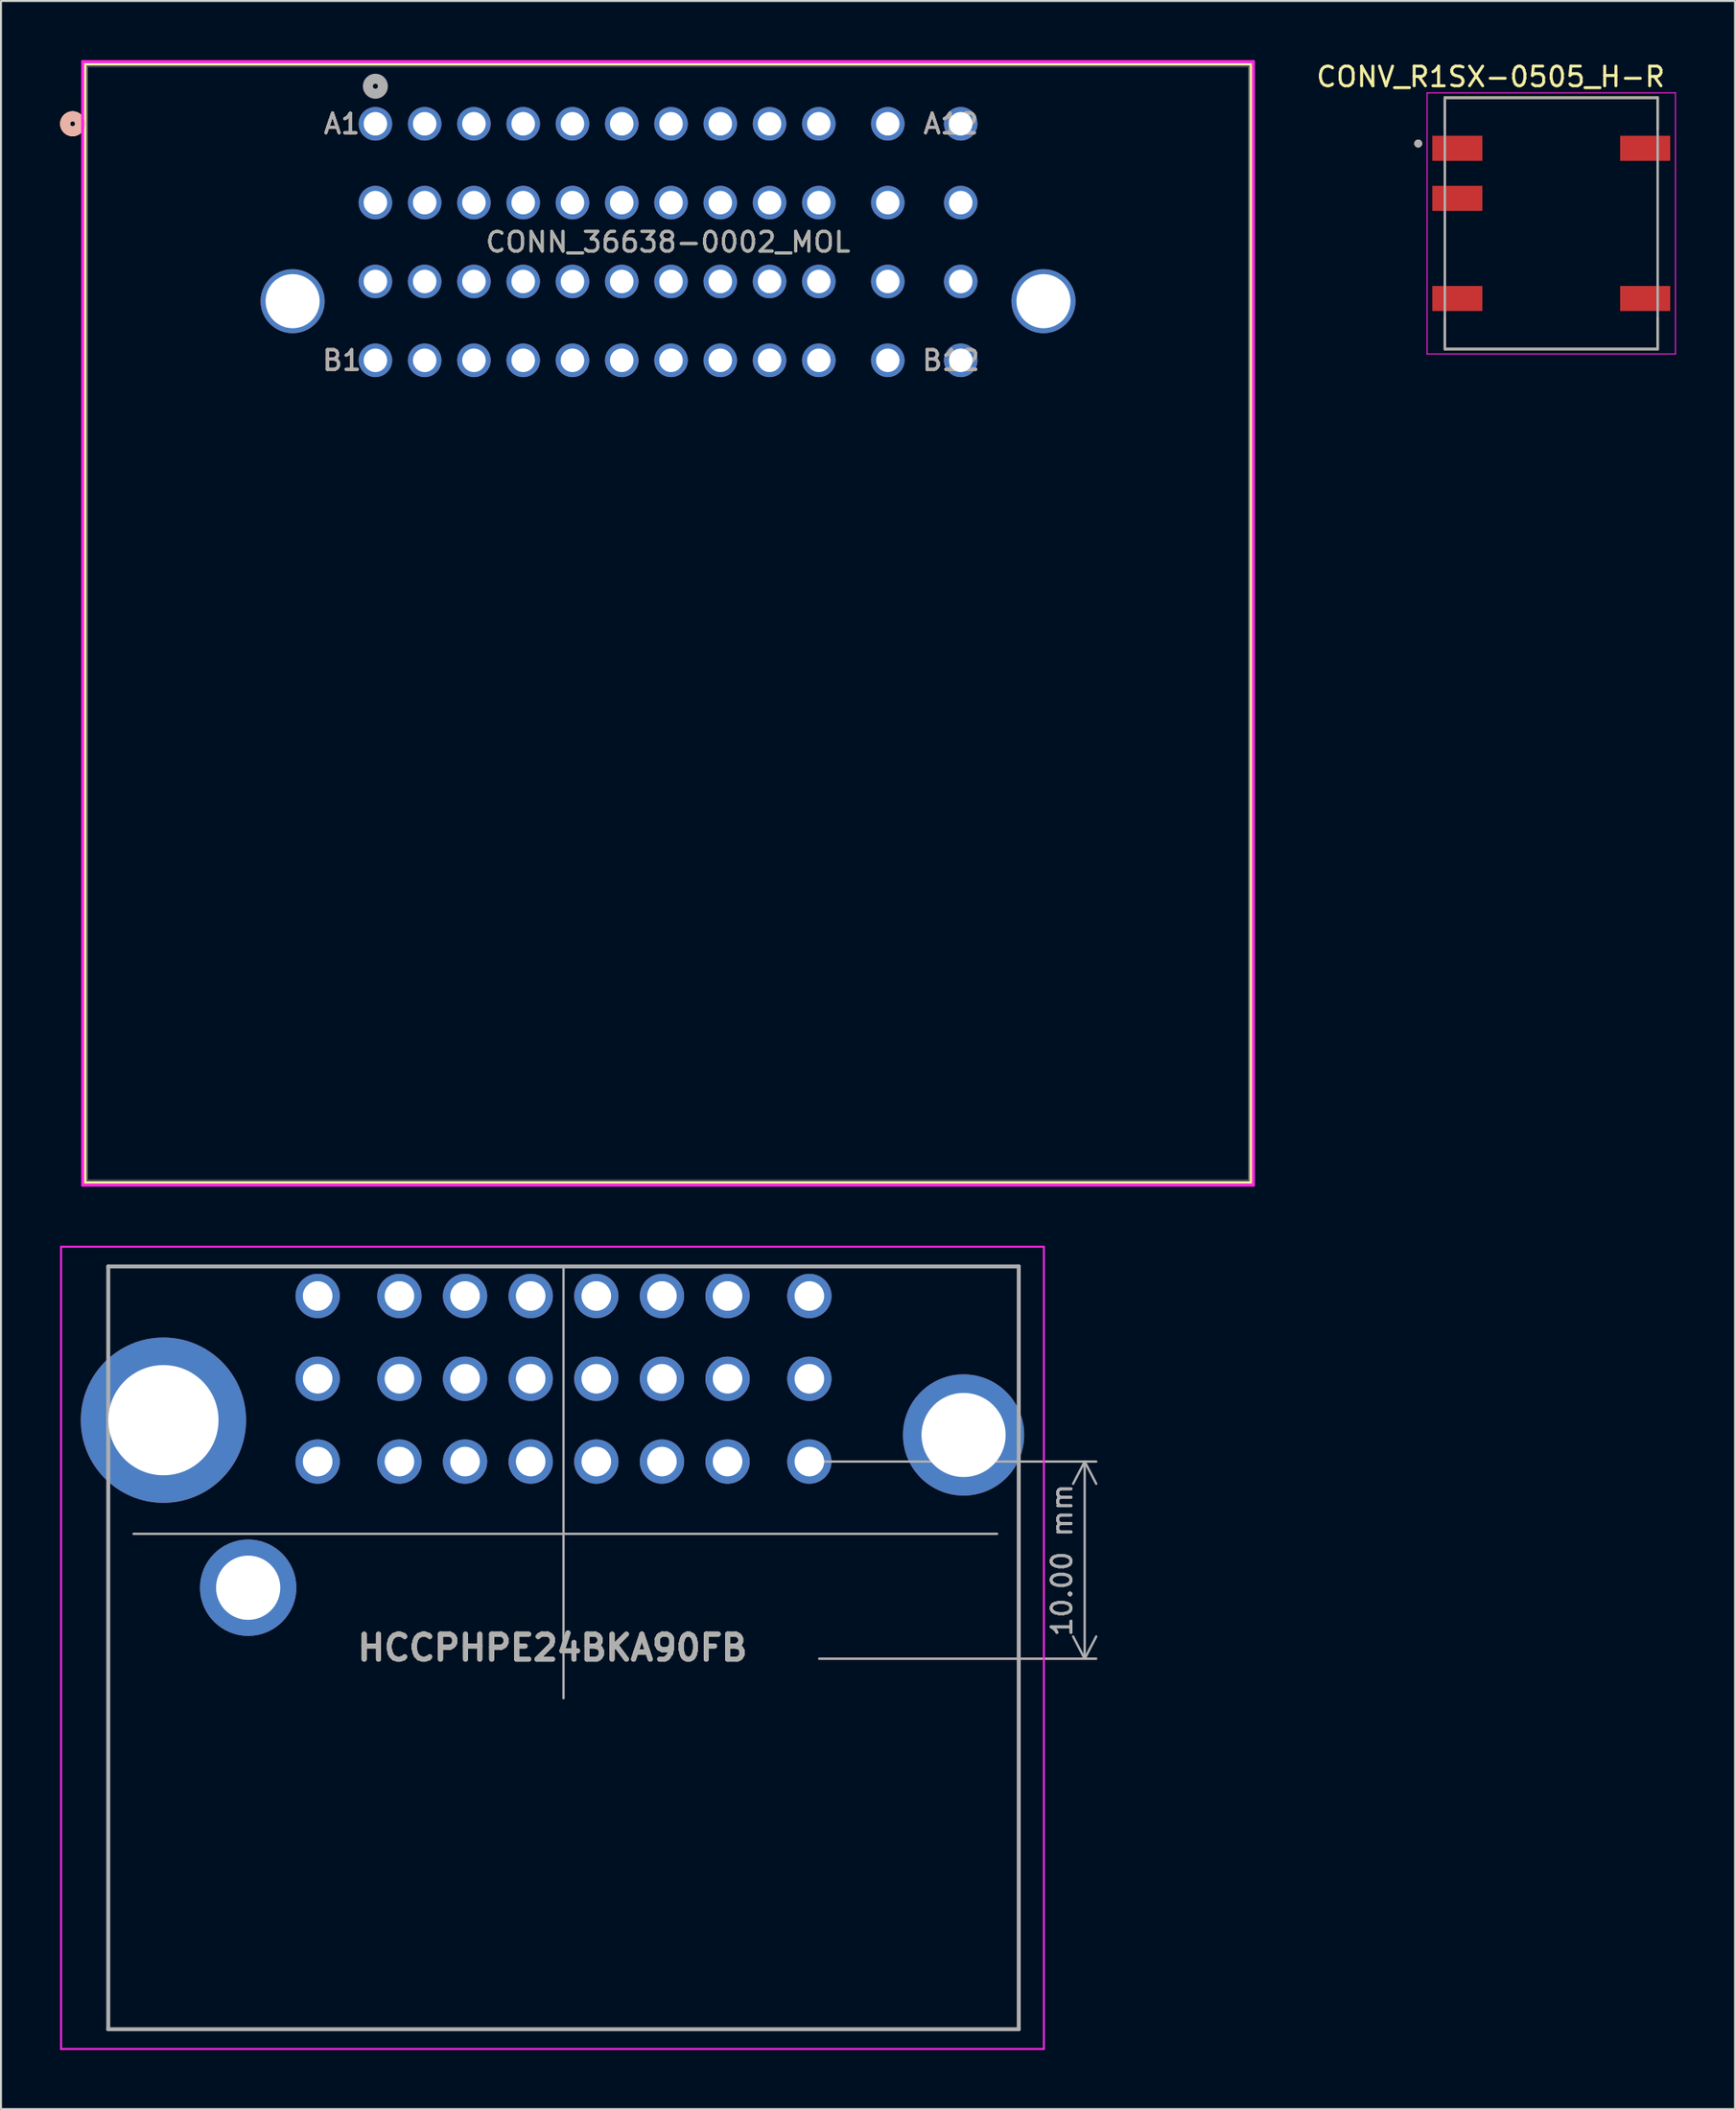
<source format=kicad_pcb>
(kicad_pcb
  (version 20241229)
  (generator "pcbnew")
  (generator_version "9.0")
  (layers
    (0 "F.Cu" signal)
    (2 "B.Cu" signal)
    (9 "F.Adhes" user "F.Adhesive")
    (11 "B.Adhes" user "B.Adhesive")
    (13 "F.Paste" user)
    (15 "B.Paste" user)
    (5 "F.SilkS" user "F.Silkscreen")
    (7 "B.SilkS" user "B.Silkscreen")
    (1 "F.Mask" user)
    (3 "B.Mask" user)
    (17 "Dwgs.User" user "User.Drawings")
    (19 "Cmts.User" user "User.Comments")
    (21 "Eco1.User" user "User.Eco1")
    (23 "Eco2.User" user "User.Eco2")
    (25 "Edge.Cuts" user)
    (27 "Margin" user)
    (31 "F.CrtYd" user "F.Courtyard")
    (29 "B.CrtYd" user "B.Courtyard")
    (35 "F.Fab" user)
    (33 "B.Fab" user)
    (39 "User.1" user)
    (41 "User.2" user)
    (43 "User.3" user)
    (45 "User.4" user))
  (footprint "CONV_R1SX-0505_H-R"
    (layer "F.Cu")
    (at 75.663 8.283)
    (property "Reference" "CONV_R1SX-0505_H-R" (at -3.075 -7.435 0) (layer "F.SilkS") (effects (font (size 1 1) (thickness 0.15))))
    (attr smd)
    (fp_line (start -5.4 -6.375) (end 5.4 -6.375) (stroke (width 0.127) (type solid)) (layer "F.SilkS"))
    (fp_line (start -5.4 -4.78) (end -5.4 -6.375) (stroke (width 0.127) (type solid)) (layer "F.SilkS"))
    (fp_line (start -5.4 4.78) (end -5.4 6.375) (stroke (width 0.127) (type solid)) (layer "F.SilkS"))
    (fp_line (start -5.4 6.375) (end 5.4 6.375) (stroke (width 0.127) (type solid)) (layer "F.SilkS"))
    (fp_line (start 5.4 -6.375) (end 5.4 -4.78) (stroke (width 0.127) (type solid)) (layer "F.SilkS"))
    (fp_line (start 5.4 6.375) (end 5.4 4.78) (stroke (width 0.127) (type solid)) (layer "F.SilkS"))
    (fp_circle (center -6.75 -4.05) (end -6.65 -4.05) (stroke (width 0.2) (type solid)) (fill no) (layer "F.SilkS"))
    (fp_line (start -6.3 -6.625) (end 6.3 -6.625) (stroke (width 0.05) (type solid)) (layer "F.CrtYd"))
    (fp_line (start -6.3 6.625) (end -6.3 -6.625) (stroke (width 0.05) (type solid)) (layer "F.CrtYd"))
    (fp_line (start 6.3 -6.625) (end 6.3 6.625) (stroke (width 0.05) (type solid)) (layer "F.CrtYd"))
    (fp_line (start 6.3 6.625) (end -6.3 6.625) (stroke (width 0.05) (type solid)) (layer "F.CrtYd"))
    (fp_line (start -5.4 -6.375) (end 5.4 -6.375) (stroke (width 0.127) (type solid)) (layer "F.Fab"))
    (fp_line (start -5.4 6.375) (end -5.4 -6.375) (stroke (width 0.127) (type solid)) (layer "F.Fab"))
    (fp_line (start 5.4 -6.375) (end 5.4 6.375) (stroke (width 0.127) (type solid)) (layer "F.Fab"))
    (fp_line (start 5.4 6.375) (end -5.4 6.375) (stroke (width 0.127) (type solid)) (layer "F.Fab"))
    (fp_circle (center -6.75 -4.05) (end -6.65 -4.05) (stroke (width 0.2) (type solid)) (fill no) (layer "F.Fab"))
    (pad "1" smd rect (at -4.765 -3.81) (size 2.54 1.27) (layers "F.Cu" "F.Mask" "F.Paste"))
    (pad "2" smd rect (at -4.765 -1.27) (size 2.54 1.27) (layers "F.Cu" "F.Mask" "F.Paste"))
    (pad "4" smd rect (at -4.765 3.81) (size 2.54 1.27) (layers "F.Cu" "F.Mask" "F.Paste"))
    (pad "5" smd rect (at 4.765 3.81) (size 2.54 1.27) (layers "F.Cu" "F.Mask" "F.Paste"))
    (pad "8" smd rect (at 4.765 -3.81) (size 2.54 1.27) (layers "F.Cu" "F.Mask" "F.Paste")))
  (footprint "HCCPHPE24BKA90FB"
    (layer "F.Cu")
    (at 38.018 62.7)
    (property "Reference" "HCCPHPE24BKA90FB" (at -13.034 17.85 0) (layer "F.SilkS") (effects (font (size 1.27 1.27) (thickness 0.254))))
    (attr through_hole)
    (fp_line (start -35.575 -1.5) (end -35.575 2) (stroke (width 0.1) (type solid)) (layer "F.SilkS"))
    (fp_line (start -35.575 11) (end -35.575 37) (stroke (width 0.1) (type solid)) (layer "F.SilkS"))
    (fp_line (start -35.575 37) (end -35.575 37.2) (stroke (width 0.1) (type solid)) (layer "F.SilkS"))
    (fp_line (start -35.575 37.2) (end 10.625 37.2) (stroke (width 0.1) (type solid)) (layer "F.SilkS"))
    (fp_line (start 10.625 -1.5) (end -35.575 -1.5) (stroke (width 0.1) (type solid)) (layer "F.SilkS"))
    (fp_line (start 10.625 4) (end 10.625 -1.5) (stroke (width 0.1) (type solid)) (layer "F.SilkS"))
    (fp_line (start 10.625 37.2) (end 10.625 11) (stroke (width 0.1) (type solid)) (layer "F.SilkS"))
    (fp_line (start -37.968 -2.5) (end 11.9 -2.5) (stroke (width 0.1) (type solid)) (layer "F.CrtYd"))
    (fp_line (start -37.968 38.2) (end -37.968 -2.5) (stroke (width 0.1) (type solid)) (layer "F.CrtYd"))
    (fp_line (start 11.9 -2.5) (end 11.9 38.2) (stroke (width 0.1) (type solid)) (layer "F.CrtYd"))
    (fp_line (start 11.9 38.2) (end -37.968 38.2) (stroke (width 0.1) (type solid)) (layer "F.CrtYd"))
    (fp_line (start -35.575 -1.5) (end 10.625 -1.5) (stroke (width 0.2) (type solid)) (layer "F.Fab"))
    (fp_line (start -35.575 37.2) (end -35.575 -1.5) (stroke (width 0.2) (type solid)) (layer "F.Fab"))
    (fp_line (start -12.475 -1.5) (end -12.475 20.405) (stroke (width 0.12) (type default)) (layer "F.Fab"))
    (fp_line (start 9.525 12.065) (end -34.29 12.065) (stroke (width 0.12) (type default)) (layer "F.Fab"))
    (fp_line (start 10.625 -1.5) (end 10.625 37.2) (stroke (width 0.2) (type solid)) (layer "F.Fab"))
    (fp_line (start 10.625 37.2) (end -35.575 37.2) (stroke (width 0.2) (type solid)) (layer "F.Fab"))
    (fp_text user "${REFERENCE}" (at -13.034 17.85 0) (layer "F.Fab") (effects (font (size 1.27 1.27) (thickness 0.254))))
    (dimension (type aligned) (layer "F.Fab") (pts (xy 38.018 71.1) (xy 38.018 81.101)) (height -13.97) (format (prefix "") (suffix "") (units 3) (units_format 1) (precision 2)) (style (thickness 0.12) (arrow_length 1.27) (text_position_mode 0) (arrow_direction outward) (extension_height 0.586) (extension_offset 0.5) (keep_text_aligned yes)) (gr_text "10.00 mm" (at 50.838 76.1 90) (layer "F.Fab") (effects (font (size 1 1) (thickness 0.15)))))
    (pad "" np_thru_hole circle (at -32.775 6.3) (size 8.385 8.385) (drill 5.59) (layers "*.Cu" "*.Mask"))
    (pad "" np_thru_hole circle (at -28.475 14.8) (size 4.89 4.89) (drill 3.26) (layers "*.Cu" "*.Mask"))
    (pad "" np_thru_hole circle (at 7.825 7.05) (size 6.15 6.15) (drill 4.27) (layers "*.Cu" "*.Mask"))
    (pad "A1" thru_hole circle (at 0 0) (size 2.25 2.25) (drill 1.5) (layers "*.Cu" "*.Mask"))
    (pad "A2" thru_hole circle (at -4.15 0) (size 2.25 2.25) (drill 1.5) (layers "*.Cu" "*.Mask"))
    (pad "A3" thru_hole circle (at -7.48 0) (size 2.25 2.25) (drill 1.5) (layers "*.Cu" "*.Mask"))
    (pad "A4" thru_hole circle (at -10.81 0) (size 2.25 2.25) (drill 1.5) (layers "*.Cu" "*.Mask"))
    (pad "A5" thru_hole circle (at -14.14 0) (size 2.25 2.25) (drill 1.5) (layers "*.Cu" "*.Mask"))
    (pad "A6" thru_hole circle (at -17.47 0) (size 2.25 2.25) (drill 1.5) (layers "*.Cu" "*.Mask"))
    (pad "A7" thru_hole circle (at -20.8 0) (size 2.25 2.25) (drill 1.5) (layers "*.Cu" "*.Mask"))
    (pad "A8" thru_hole circle (at -24.95 0) (size 2.25 2.25) (drill 1.5) (layers "*.Cu" "*.Mask"))
    (pad "B1" thru_hole circle (at 0 4.2) (size 2.25 2.25) (drill 1.5) (layers "*.Cu" "*.Mask"))
    (pad "B2" thru_hole circle (at -4.15 4.2) (size 2.25 2.25) (drill 1.5) (layers "*.Cu" "*.Mask"))
    (pad "B3" thru_hole circle (at -7.48 4.2) (size 2.25 2.25) (drill 1.5) (layers "*.Cu" "*.Mask"))
    (pad "B4" thru_hole circle (at -10.81 4.2) (size 2.25 2.25) (drill 1.5) (layers "*.Cu" "*.Mask"))
    (pad "B5" thru_hole circle (at -14.14 4.2) (size 2.25 2.25) (drill 1.5) (layers "*.Cu" "*.Mask"))
    (pad "B6" thru_hole circle (at -17.47 4.2) (size 2.25 2.25) (drill 1.5) (layers "*.Cu" "*.Mask"))
    (pad "B7" thru_hole circle (at -20.8 4.2) (size 2.25 2.25) (drill 1.5) (layers "*.Cu" "*.Mask"))
    (pad "B8" thru_hole circle (at -24.95 4.2) (size 2.25 2.25) (drill 1.5) (layers "*.Cu" "*.Mask"))
    (pad "C1" thru_hole circle (at 0 8.4) (size 2.25 2.25) (drill 1.5) (layers "*.Cu" "*.Mask"))
    (pad "C2" thru_hole circle (at -4.15 8.4) (size 2.25 2.25) (drill 1.5) (layers "*.Cu" "*.Mask"))
    (pad "C3" thru_hole circle (at -7.48 8.4) (size 2.25 2.25) (drill 1.5) (layers "*.Cu" "*.Mask"))
    (pad "C4" thru_hole circle (at -10.81 8.4) (size 2.25 2.25) (drill 1.5) (layers "*.Cu" "*.Mask"))
    (pad "C5" thru_hole circle (at -14.14 8.4) (size 2.25 2.25) (drill 1.5) (layers "*.Cu" "*.Mask"))
    (pad "C6" thru_hole circle (at -17.47 8.4) (size 2.25 2.25) (drill 1.5) (layers "*.Cu" "*.Mask"))
    (pad "C7" thru_hole circle (at -20.8 8.4) (size 2.25 2.25) (drill 1.5) (layers "*.Cu" "*.Mask"))
    (pad "C8" thru_hole circle (at -24.95 8.4) (size 2.25 2.25) (drill 1.5) (layers "*.Cu" "*.Mask")))
  (footprint "CONN_36638-0002_MOL"
    (layer "F.Cu")
    (at 45.698 15.23)
    (property "Reference" "CONN_36638-0002_MOL" (at -14.85 -6 0) (unlocked yes) (layer "F.SilkS") (effects (font (size 1 1) (thickness 0.15))))
    (attr through_hole)
    (fp_line (start -44.428 -15.027) (end -44.428 41.717) (stroke (width 0.152) (type solid)) (layer "F.SilkS"))
    (fp_line (start -44.428 41.717) (end 14.728 41.717) (stroke (width 0.152) (type solid)) (layer "F.SilkS"))
    (fp_line (start 14.728 -15.027) (end -44.428 -15.027) (stroke (width 0.152) (type solid)) (layer "F.SilkS"))
    (fp_line (start 14.728 41.717) (end 14.728 -15.027) (stroke (width 0.152) (type solid)) (layer "F.SilkS"))
    (fp_circle (center -45.063 -12) (end -44.682 -12) (stroke (width 0.508) (type solid)) (fill no) (layer "F.SilkS"))
    (fp_circle (center -45.063 -12) (end -44.682 -12) (stroke (width 0.508) (type solid)) (fill no) (layer "B.SilkS"))
    (fp_line (start -44.555 -15.154) (end -44.555 41.844) (stroke (width 0.152) (type solid)) (layer "F.CrtYd"))
    (fp_line (start -44.555 41.844) (end 14.855 41.844) (stroke (width 0.152) (type solid)) (layer "F.CrtYd"))
    (fp_line (start 14.855 -15.154) (end -44.555 -15.154) (stroke (width 0.152) (type solid)) (layer "F.CrtYd"))
    (fp_line (start 14.855 41.844) (end 14.855 -15.154) (stroke (width 0.152) (type solid)) (layer "F.CrtYd"))
    (fp_line (start -44.301 -14.9) (end -44.301 41.59) (stroke (width 0.025) (type solid)) (layer "F.Fab"))
    (fp_line (start -44.301 41.59) (end 14.601 41.59) (stroke (width 0.025) (type solid)) (layer "F.Fab"))
    (fp_line (start 14.601 -14.9) (end -44.301 -14.9) (stroke (width 0.025) (type solid)) (layer "F.Fab"))
    (fp_line (start 14.601 41.59) (end 14.601 -14.9) (stroke (width 0.025) (type solid)) (layer "F.Fab"))
    (fp_circle (center -29.7 -13.905) (end -29.319 -13.905) (stroke (width 0.508) (type solid)) (fill no) (layer "F.Fab"))
    (fp_text user "B12" (at -0.498 0.000002 0) (unlocked yes) (layer "F.SilkS") (effects (font (size 1 1) (thickness 0.15))))
    (fp_text user "A1" (at -31.401 -12 0) (unlocked yes) (layer "F.SilkS") (effects (font (size 1 1) (thickness 0.15))))
    (fp_text user "A12" (at -0.498 -12 0) (unlocked yes) (layer "F.SilkS") (effects (font (size 1 1) (thickness 0.15))))
    (fp_text user "B1" (at -31.401 0.000002 0) (unlocked yes) (layer "F.SilkS") (effects (font (size 1 1) (thickness 0.15))))
    (fp_text user "A12" (at -0.498 -12 0) (unlocked yes) (layer "B.SilkS") (effects (font (size 1 1) (thickness 0.15))))
    (fp_text user "A1" (at -31.401 -12 0) (unlocked yes) (layer "B.SilkS") (effects (font (size 1 1) (thickness 0.15))))
    (fp_text user "B1" (at -31.401 0.000002 0) (unlocked yes) (layer "B.SilkS") (effects (font (size 1 1) (thickness 0.15))))
    (fp_text user "B12" (at -0.498 0.000002 0) (unlocked yes) (layer "B.SilkS") (effects (font (size 1 1) (thickness 0.15))))
    (fp_text user "B1" (at -31.401 0.000002 0) (unlocked yes) (layer "F.Fab") (effects (font (size 1 1) (thickness 0.15))))
    (fp_text user "${REFERENCE}" (at -14.85 -6 0) (unlocked yes) (layer "F.Fab") (effects (font (size 1 1) (thickness 0.15))))
    (fp_text user "B12" (at -0.498 0.000002 0) (unlocked yes) (layer "F.Fab") (effects (font (size 1 1) (thickness 0.15))))
    (fp_text user "A1" (at -31.401 -12 0) (unlocked yes) (layer "F.Fab") (effects (font (size 1 1) (thickness 0.15))))
    (fp_text user "A12" (at -0.498 -12 0) (unlocked yes) (layer "F.Fab") (effects (font (size 1 1) (thickness 0.15))))
    (pad "49" thru_hole circle (at -33.9 -3) (size 3.251 3.251) (drill 2.743) (layers "*.Cu" "*.Mask"))
    (pad "50" thru_hole circle (at 4.2 -3) (size 3.251 3.251) (drill 2.743) (layers "*.Cu" "*.Mask"))
    (pad "A1" thru_hole circle (at -29.7 -12) (size 1.702 1.702) (drill 1.194) (layers "*.Cu" "*.Mask"))
    (pad "A2" thru_hole circle (at -27.2 -12) (size 1.702 1.702) (drill 1.194) (layers "*.Cu" "*.Mask"))
    (pad "A3" thru_hole circle (at -24.7 -12) (size 1.702 1.702) (drill 1.194) (layers "*.Cu" "*.Mask"))
    (pad "A4" thru_hole circle (at -22.2 -12) (size 1.702 1.702) (drill 1.194) (layers "*.Cu" "*.Mask"))
    (pad "A5" thru_hole circle (at -19.7 -12) (size 1.702 1.702) (drill 1.194) (layers "*.Cu" "*.Mask"))
    (pad "A6" thru_hole circle (at -17.2 -12) (size 1.702 1.702) (drill 1.194) (layers "*.Cu" "*.Mask"))
    (pad "A7" thru_hole circle (at -14.7 -12) (size 1.702 1.702) (drill 1.194) (layers "*.Cu" "*.Mask"))
    (pad "A8" thru_hole circle (at -12.2 -12) (size 1.702 1.702) (drill 1.194) (layers "*.Cu" "*.Mask"))
    (pad "A9" thru_hole circle (at -9.7 -12) (size 1.702 1.702) (drill 1.194) (layers "*.Cu" "*.Mask"))
    (pad "A10" thru_hole circle (at -7.2 -12) (size 1.702 1.702) (drill 1.194) (layers "*.Cu" "*.Mask"))
    (pad "A11" thru_hole circle (at -3.7 -12) (size 1.702 1.702) (drill 1.194) (layers "*.Cu" "*.Mask"))
    (pad "A12" thru_hole circle (at 0.000361 -12) (size 1.702 1.702) (drill 1.194) (layers "*.Cu" "*.Mask"))
    (pad "B1" thru_hole circle (at -29.7 -8) (size 1.702 1.702) (drill 1.194) (layers "*.Cu" "*.Mask"))
    (pad "B2" thru_hole circle (at -27.2 -8) (size 1.702 1.702) (drill 1.194) (layers "*.Cu" "*.Mask"))
    (pad "B3" thru_hole circle (at -24.7 -8) (size 1.702 1.702) (drill 1.194) (layers "*.Cu" "*.Mask"))
    (pad "B4" thru_hole circle (at -22.2 -8) (size 1.702 1.702) (drill 1.194) (layers "*.Cu" "*.Mask"))
    (pad "B5" thru_hole circle (at -19.7 -8) (size 1.702 1.702) (drill 1.194) (layers "*.Cu" "*.Mask"))
    (pad "B6" thru_hole circle (at -17.2 -8) (size 1.702 1.702) (drill 1.194) (layers "*.Cu" "*.Mask"))
    (pad "B7" thru_hole circle (at -14.7 -8) (size 1.702 1.702) (drill 1.194) (layers "*.Cu" "*.Mask"))
    (pad "B8" thru_hole circle (at -12.2 -8) (size 1.702 1.702) (drill 1.194) (layers "*.Cu" "*.Mask"))
    (pad "B9" thru_hole circle (at -9.7 -8) (size 1.702 1.702) (drill 1.194) (layers "*.Cu" "*.Mask"))
    (pad "B10" thru_hole circle (at -7.2 -8) (size 1.702 1.702) (drill 1.194) (layers "*.Cu" "*.Mask"))
    (pad "B11" thru_hole circle (at -3.7 -8) (size 1.702 1.702) (drill 1.194) (layers "*.Cu" "*.Mask"))
    (pad "B12" thru_hole circle (at 0.000361 -8) (size 1.702 1.702) (drill 1.194) (layers "*.Cu" "*.Mask"))
    (pad "C1" thru_hole circle (at -29.7 -4) (size 1.702 1.702) (drill 1.194) (layers "*.Cu" "*.Mask"))
    (pad "C2" thru_hole circle (at -27.2 -4) (size 1.702 1.702) (drill 1.194) (layers "*.Cu" "*.Mask"))
    (pad "C3" thru_hole circle (at -24.7 -4) (size 1.702 1.702) (drill 1.194) (layers "*.Cu" "*.Mask"))
    (pad "C4" thru_hole circle (at -22.2 -4) (size 1.702 1.702) (drill 1.194) (layers "*.Cu" "*.Mask"))
    (pad "C5" thru_hole circle (at -19.7 -4) (size 1.702 1.702) (drill 1.194) (layers "*.Cu" "*.Mask"))
    (pad "C6" thru_hole circle (at -17.2 -4) (size 1.702 1.702) (drill 1.194) (layers "*.Cu" "*.Mask"))
    (pad "C7" thru_hole circle (at -14.7 -4) (size 1.702 1.702) (drill 1.194) (layers "*.Cu" "*.Mask"))
    (pad "C8" thru_hole circle (at -12.2 -4) (size 1.702 1.702) (drill 1.194) (layers "*.Cu" "*.Mask"))
    (pad "C9" thru_hole circle (at -9.7 -4) (size 1.702 1.702) (drill 1.194) (layers "*.Cu" "*.Mask"))
    (pad "C10" thru_hole circle (at -7.2 -4) (size 1.702 1.702) (drill 1.194) (layers "*.Cu" "*.Mask"))
    (pad "C11" thru_hole circle (at -3.7 -4) (size 1.702 1.702) (drill 1.194) (layers "*.Cu" "*.Mask"))
    (pad "C12" thru_hole circle (at 0.000361 -4) (size 1.702 1.702) (drill 1.194) (layers "*.Cu" "*.Mask"))
    (pad "D1" thru_hole circle (at -29.7 0.000001) (size 1.702 1.702) (drill 1.194) (layers "*.Cu" "*.Mask"))
    (pad "D2" thru_hole circle (at -27.2 0.000001) (size 1.702 1.702) (drill 1.194) (layers "*.Cu" "*.Mask"))
    (pad "D3" thru_hole circle (at -24.7 0.000001) (size 1.702 1.702) (drill 1.194) (layers "*.Cu" "*.Mask"))
    (pad "D4" thru_hole circle (at -22.2 0.000001) (size 1.702 1.702) (drill 1.194) (layers "*.Cu" "*.Mask"))
    (pad "D5" thru_hole circle (at -19.7 0.000001) (size 1.702 1.702) (drill 1.194) (layers "*.Cu" "*.Mask"))
    (pad "D6" thru_hole circle (at -17.2 0.000001) (size 1.702 1.702) (drill 1.194) (layers "*.Cu" "*.Mask"))
    (pad "D7" thru_hole circle (at -14.7 0.000001) (size 1.702 1.702) (drill 1.194) (layers "*.Cu" "*.Mask"))
    (pad "D8" thru_hole circle (at -12.2 0.000001) (size 1.702 1.702) (drill 1.194) (layers "*.Cu" "*.Mask"))
    (pad "D9" thru_hole circle (at -9.7 0.000001) (size 1.702 1.702) (drill 1.194) (layers "*.Cu" "*.Mask"))
    (pad "D10" thru_hole circle (at -7.2 0.000001) (size 1.702 1.702) (drill 1.194) (layers "*.Cu" "*.Mask"))
    (pad "D11" thru_hole circle (at -3.7 0.000001) (size 1.702 1.702) (drill 1.194) (layers "*.Cu" "*.Mask"))
    (pad "D12" thru_hole circle (at 0.000361 0.000001) (size 1.702 1.702) (drill 1.194) (layers "*.Cu" "*.Mask")))
  (gr_rect
    (start -3 -3)
    (end 84.988 103.95)
    (stroke (width 0.1) (type default))
    (fill no)
    (layer "Edge.Cuts")))
</source>
